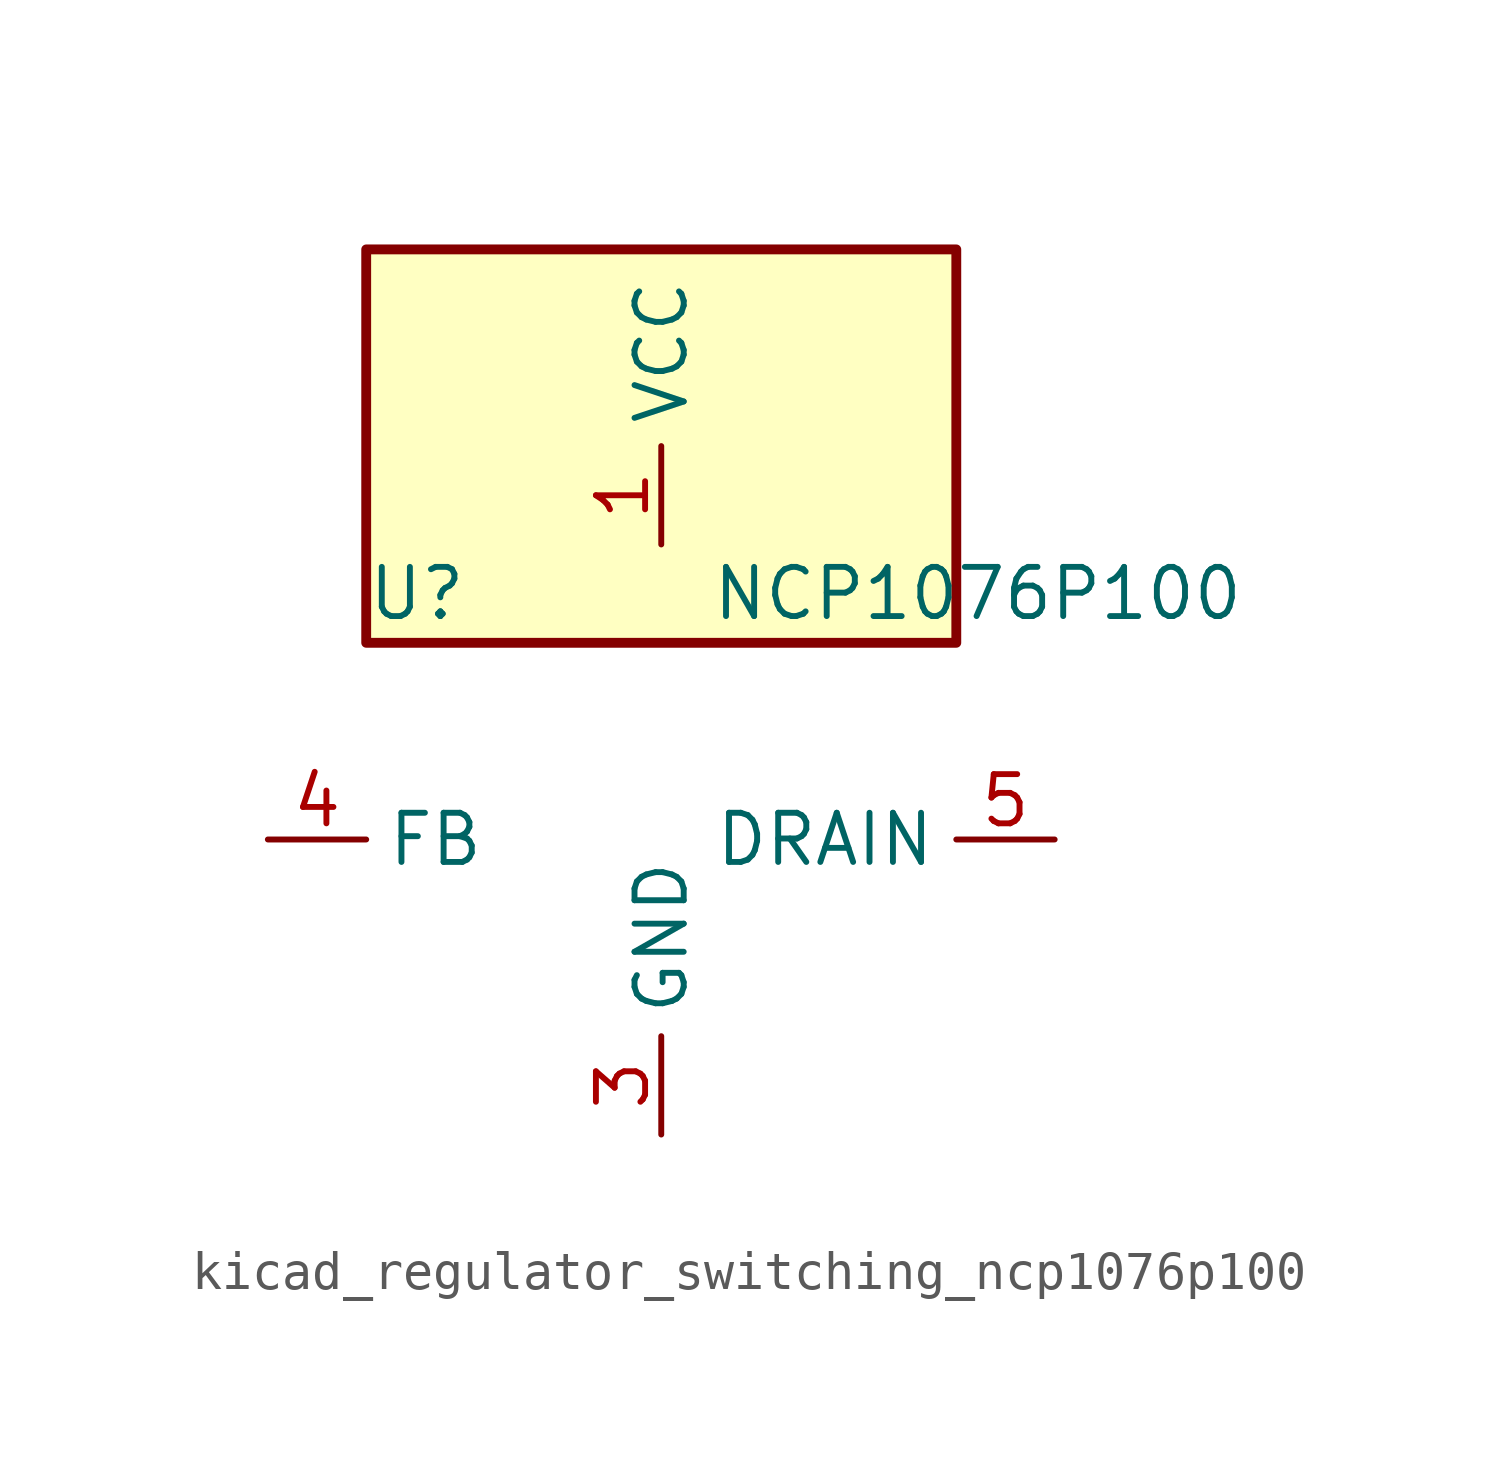
<source format=kicad_sym>
(kicad_symbol_lib
  (version 20220914)
  (generator kicad_symbol_editor)
  (symbol "kicad_regulator_switching_ncp1076p100"
    (property "Reference" "U"
      (at -7.62 6.35 0)
      (effects (font (size 1.27 1.27)) (justify left)))
    (property "Value" "NCP1076P100"
      (at 1.27 6.35 0)
      (effects (font (size 1.27 1.27)) (justify left)))
    (symbol "kicad_regulator_switching_ncp1076p100_0_1"
      (rectangle (start 7.62 15.24) (end -7.62 5.08) (stroke (width 0.254) (type default)) (fill (type background))))
    (symbol "kicad_regulator_switching_ncp1076p100_1_1"
      (pin power_in line (at 0 7.62 90) (length 2.54) (name "VCC" (effects (font (size 1.27 1.27)))) (number "1" (effects (font (size 1.27 1.27)))))
      (pin no_connect line (at -7.62 2.54 0) (length 2.54) hide (name "NC" (effects (font (size 1.27 1.27)))) (number "2" (effects (font (size 1.27 1.27)))))
      (pin power_in line (at 0 -7.62 90) (length 2.54) (name "GND" (effects (font (size 1.27 1.27)))) (number "3" (effects (font (size 1.27 1.27)))))
      (pin input line (at -10.16 0 0) (length 2.54) (name "FB" (effects (font (size 1.27 1.27)))) (number "4" (effects (font (size 1.27 1.27)))))
      (pin open_collector line (at 10.16 0 180) (length 2.54) (name "DRAIN" (effects (font (size 1.27 1.27)))) (number "5" (effects (font (size 1.27 1.27)))))
      (pin passive line (at 0 -7.62 90) (length 2.54) hide (name "GND" (effects (font (size 1.27 1.27)))) (number "7" (effects (font (size 1.27 1.27)))))
      (pin passive line (at 0 -7.62 90) (length 2.54) hide (name "GND" (effects (font (size 1.27 1.27)))) (number "8" (effects (font (size 1.27 1.27))))))))
</source>
